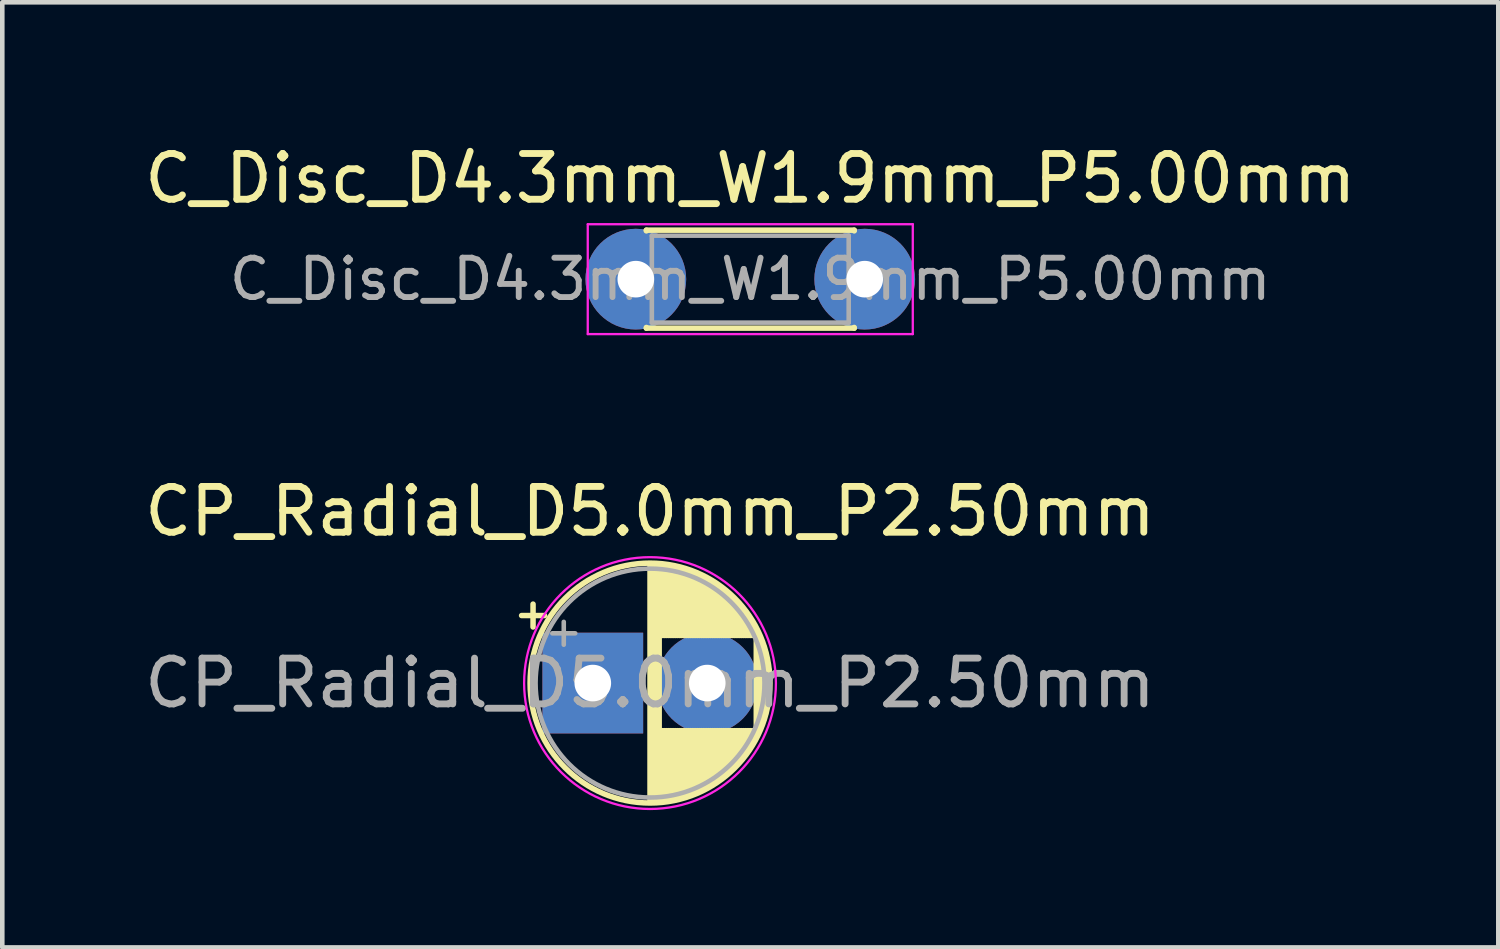
<source format=kicad_pcb>
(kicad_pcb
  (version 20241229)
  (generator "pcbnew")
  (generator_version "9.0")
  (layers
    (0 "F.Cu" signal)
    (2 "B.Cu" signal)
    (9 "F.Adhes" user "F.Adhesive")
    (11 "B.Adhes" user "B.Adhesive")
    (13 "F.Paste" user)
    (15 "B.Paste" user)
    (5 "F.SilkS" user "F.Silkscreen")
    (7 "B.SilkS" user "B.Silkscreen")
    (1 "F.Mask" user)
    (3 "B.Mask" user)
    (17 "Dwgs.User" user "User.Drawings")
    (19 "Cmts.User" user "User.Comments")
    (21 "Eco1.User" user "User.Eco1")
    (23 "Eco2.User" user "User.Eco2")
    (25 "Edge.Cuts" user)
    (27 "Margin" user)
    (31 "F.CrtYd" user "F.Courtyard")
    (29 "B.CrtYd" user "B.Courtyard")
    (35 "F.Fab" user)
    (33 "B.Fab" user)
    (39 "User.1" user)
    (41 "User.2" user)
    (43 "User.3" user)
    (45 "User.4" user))
  (footprint "C_Disc_D4.3mm_W1.9mm_P5.00mm"
    (layer "F.Cu")
    (at 10.839 3.048)
    (property "Reference" "C_Disc_D4.3mm_W1.9mm_P5.00mm" (at 2.5 -2.2 0) (layer "F.SilkS") (effects (font (size 1 1) (thickness 0.15))))
    (attr through_hole)
    (fp_line (start 0.23 -1.07) (end 0.23 -1.055) (stroke (width 0.12) (type solid)) (layer "F.SilkS"))
    (fp_line (start 0.23 -1.07) (end 4.77 -1.07) (stroke (width 0.12) (type solid)) (layer "F.SilkS"))
    (fp_line (start 0.23 1.055) (end 0.23 1.07) (stroke (width 0.12) (type solid)) (layer "F.SilkS"))
    (fp_line (start 0.23 1.07) (end 4.77 1.07) (stroke (width 0.12) (type solid)) (layer "F.SilkS"))
    (fp_line (start 4.77 -1.07) (end 4.77 -1.055) (stroke (width 0.12) (type solid)) (layer "F.SilkS"))
    (fp_line (start 4.77 1.055) (end 4.77 1.07) (stroke (width 0.12) (type solid)) (layer "F.SilkS"))
    (fp_line (start -1.05 -1.2) (end -1.05 1.2) (stroke (width 0.05) (type solid)) (layer "F.CrtYd"))
    (fp_line (start -1.05 1.2) (end 6.05 1.2) (stroke (width 0.05) (type solid)) (layer "F.CrtYd"))
    (fp_line (start 6.05 -1.2) (end -1.05 -1.2) (stroke (width 0.05) (type solid)) (layer "F.CrtYd"))
    (fp_line (start 6.05 1.2) (end 6.05 -1.2) (stroke (width 0.05) (type solid)) (layer "F.CrtYd"))
    (fp_line (start 0.35 -0.95) (end 0.35 0.95) (stroke (width 0.1) (type solid)) (layer "F.Fab"))
    (fp_line (start 0.35 0.95) (end 4.65 0.95) (stroke (width 0.1) (type solid)) (layer "F.Fab"))
    (fp_line (start 4.65 -0.95) (end 0.35 -0.95) (stroke (width 0.1) (type solid)) (layer "F.Fab"))
    (fp_line (start 4.65 0.95) (end 4.65 -0.95) (stroke (width 0.1) (type solid)) (layer "F.Fab"))
    (fp_text user "${REFERENCE}" (at 2.5 0 0) (layer "F.Fab") (effects (font (size 0.86 0.86) (thickness 0.129))))
    (pad "1" thru_hole circle (at 0 0) (size 2.2 2.2) (drill 0.8) (layers "*.Cu" "*.Mask"))
    (pad "2" thru_hole circle (at 5 0) (size 2.2 2.2) (drill 0.8) (layers "*.Cu" "*.Mask")))
  (footprint "CP_Radial_D5.0mm_P2.50mm"
    (layer "F.Cu")
    (at 9.899 11.871)
    (property "Reference" "CP_Radial_D5.0mm_P2.50mm" (at 1.25 -3.75 0) (layer "F.SilkS") (effects (font (size 1 1) (thickness 0.15))))
    (attr through_hole)
    (fp_line (start -1.555 -1.475) (end -1.055 -1.475) (stroke (width 0.12) (type solid)) (layer "F.SilkS"))
    (fp_line (start -1.305 -1.725) (end -1.305 -1.225) (stroke (width 0.12) (type solid)) (layer "F.SilkS"))
    (fp_line (start 1.25 -2.58) (end 1.25 2.58) (stroke (width 0.12) (type solid)) (layer "F.SilkS"))
    (fp_line (start 1.29 -2.58) (end 1.29 2.58) (stroke (width 0.12) (type solid)) (layer "F.SilkS"))
    (fp_line (start 1.33 -2.579) (end 1.33 2.579) (stroke (width 0.12) (type solid)) (layer "F.SilkS"))
    (fp_line (start 1.37 -2.578) (end 1.37 2.578) (stroke (width 0.12) (type solid)) (layer "F.SilkS"))
    (fp_line (start 1.41 -2.576) (end 1.41 2.576) (stroke (width 0.12) (type solid)) (layer "F.SilkS"))
    (fp_line (start 1.45 -2.573) (end 1.45 2.573) (stroke (width 0.12) (type solid)) (layer "F.SilkS"))
    (fp_line (start 1.49 -2.569) (end 1.49 -1.04) (stroke (width 0.12) (type solid)) (layer "F.SilkS"))
    (fp_line (start 1.49 1.04) (end 1.49 2.569) (stroke (width 0.12) (type solid)) (layer "F.SilkS"))
    (fp_line (start 1.53 -2.565) (end 1.53 -1.04) (stroke (width 0.12) (type solid)) (layer "F.SilkS"))
    (fp_line (start 1.53 1.04) (end 1.53 2.565) (stroke (width 0.12) (type solid)) (layer "F.SilkS"))
    (fp_line (start 1.57 -2.561) (end 1.57 -1.04) (stroke (width 0.12) (type solid)) (layer "F.SilkS"))
    (fp_line (start 1.57 1.04) (end 1.57 2.561) (stroke (width 0.12) (type solid)) (layer "F.SilkS"))
    (fp_line (start 1.61 -2.556) (end 1.61 -1.04) (stroke (width 0.12) (type solid)) (layer "F.SilkS"))
    (fp_line (start 1.61 1.04) (end 1.61 2.556) (stroke (width 0.12) (type solid)) (layer "F.SilkS"))
    (fp_line (start 1.65 -2.55) (end 1.65 -1.04) (stroke (width 0.12) (type solid)) (layer "F.SilkS"))
    (fp_line (start 1.65 1.04) (end 1.65 2.55) (stroke (width 0.12) (type solid)) (layer "F.SilkS"))
    (fp_line (start 1.69 -2.543) (end 1.69 -1.04) (stroke (width 0.12) (type solid)) (layer "F.SilkS"))
    (fp_line (start 1.69 1.04) (end 1.69 2.543) (stroke (width 0.12) (type solid)) (layer "F.SilkS"))
    (fp_line (start 1.73 -2.536) (end 1.73 -1.04) (stroke (width 0.12) (type solid)) (layer "F.SilkS"))
    (fp_line (start 1.73 1.04) (end 1.73 2.536) (stroke (width 0.12) (type solid)) (layer "F.SilkS"))
    (fp_line (start 1.77 -2.528) (end 1.77 -1.04) (stroke (width 0.12) (type solid)) (layer "F.SilkS"))
    (fp_line (start 1.77 1.04) (end 1.77 2.528) (stroke (width 0.12) (type solid)) (layer "F.SilkS"))
    (fp_line (start 1.81 -2.52) (end 1.81 -1.04) (stroke (width 0.12) (type solid)) (layer "F.SilkS"))
    (fp_line (start 1.81 1.04) (end 1.81 2.52) (stroke (width 0.12) (type solid)) (layer "F.SilkS"))
    (fp_line (start 1.85 -2.511) (end 1.85 -1.04) (stroke (width 0.12) (type solid)) (layer "F.SilkS"))
    (fp_line (start 1.85 1.04) (end 1.85 2.511) (stroke (width 0.12) (type solid)) (layer "F.SilkS"))
    (fp_line (start 1.89 -2.501) (end 1.89 -1.04) (stroke (width 0.12) (type solid)) (layer "F.SilkS"))
    (fp_line (start 1.89 1.04) (end 1.89 2.501) (stroke (width 0.12) (type solid)) (layer "F.SilkS"))
    (fp_line (start 1.93 -2.491) (end 1.93 -1.04) (stroke (width 0.12) (type solid)) (layer "F.SilkS"))
    (fp_line (start 1.93 1.04) (end 1.93 2.491) (stroke (width 0.12) (type solid)) (layer "F.SilkS"))
    (fp_line (start 1.971 -2.48) (end 1.971 -1.04) (stroke (width 0.12) (type solid)) (layer "F.SilkS"))
    (fp_line (start 1.971 1.04) (end 1.971 2.48) (stroke (width 0.12) (type solid)) (layer "F.SilkS"))
    (fp_line (start 2.011 -2.468) (end 2.011 -1.04) (stroke (width 0.12) (type solid)) (layer "F.SilkS"))
    (fp_line (start 2.011 1.04) (end 2.011 2.468) (stroke (width 0.12) (type solid)) (layer "F.SilkS"))
    (fp_line (start 2.051 -2.455) (end 2.051 -1.04) (stroke (width 0.12) (type solid)) (layer "F.SilkS"))
    (fp_line (start 2.051 1.04) (end 2.051 2.455) (stroke (width 0.12) (type solid)) (layer "F.SilkS"))
    (fp_line (start 2.091 -2.442) (end 2.091 -1.04) (stroke (width 0.12) (type solid)) (layer "F.SilkS"))
    (fp_line (start 2.091 1.04) (end 2.091 2.442) (stroke (width 0.12) (type solid)) (layer "F.SilkS"))
    (fp_line (start 2.131 -2.428) (end 2.131 -1.04) (stroke (width 0.12) (type solid)) (layer "F.SilkS"))
    (fp_line (start 2.131 1.04) (end 2.131 2.428) (stroke (width 0.12) (type solid)) (layer "F.SilkS"))
    (fp_line (start 2.171 -2.414) (end 2.171 -1.04) (stroke (width 0.12) (type solid)) (layer "F.SilkS"))
    (fp_line (start 2.171 1.04) (end 2.171 2.414) (stroke (width 0.12) (type solid)) (layer "F.SilkS"))
    (fp_line (start 2.211 -2.398) (end 2.211 -1.04) (stroke (width 0.12) (type solid)) (layer "F.SilkS"))
    (fp_line (start 2.211 1.04) (end 2.211 2.398) (stroke (width 0.12) (type solid)) (layer "F.SilkS"))
    (fp_line (start 2.251 -2.382) (end 2.251 -1.04) (stroke (width 0.12) (type solid)) (layer "F.SilkS"))
    (fp_line (start 2.251 1.04) (end 2.251 2.382) (stroke (width 0.12) (type solid)) (layer "F.SilkS"))
    (fp_line (start 2.291 -2.365) (end 2.291 -1.04) (stroke (width 0.12) (type solid)) (layer "F.SilkS"))
    (fp_line (start 2.291 1.04) (end 2.291 2.365) (stroke (width 0.12) (type solid)) (layer "F.SilkS"))
    (fp_line (start 2.331 -2.348) (end 2.331 -1.04) (stroke (width 0.12) (type solid)) (layer "F.SilkS"))
    (fp_line (start 2.331 1.04) (end 2.331 2.348) (stroke (width 0.12) (type solid)) (layer "F.SilkS"))
    (fp_line (start 2.371 -2.329) (end 2.371 -1.04) (stroke (width 0.12) (type solid)) (layer "F.SilkS"))
    (fp_line (start 2.371 1.04) (end 2.371 2.329) (stroke (width 0.12) (type solid)) (layer "F.SilkS"))
    (fp_line (start 2.411 -2.31) (end 2.411 -1.04) (stroke (width 0.12) (type solid)) (layer "F.SilkS"))
    (fp_line (start 2.411 1.04) (end 2.411 2.31) (stroke (width 0.12) (type solid)) (layer "F.SilkS"))
    (fp_line (start 2.451 -2.29) (end 2.451 -1.04) (stroke (width 0.12) (type solid)) (layer "F.SilkS"))
    (fp_line (start 2.451 1.04) (end 2.451 2.29) (stroke (width 0.12) (type solid)) (layer "F.SilkS"))
    (fp_line (start 2.491 -2.268) (end 2.491 -1.04) (stroke (width 0.12) (type solid)) (layer "F.SilkS"))
    (fp_line (start 2.491 1.04) (end 2.491 2.268) (stroke (width 0.12) (type solid)) (layer "F.SilkS"))
    (fp_line (start 2.531 -2.247) (end 2.531 -1.04) (stroke (width 0.12) (type solid)) (layer "F.SilkS"))
    (fp_line (start 2.531 1.04) (end 2.531 2.247) (stroke (width 0.12) (type solid)) (layer "F.SilkS"))
    (fp_line (start 2.571 -2.224) (end 2.571 -1.04) (stroke (width 0.12) (type solid)) (layer "F.SilkS"))
    (fp_line (start 2.571 1.04) (end 2.571 2.224) (stroke (width 0.12) (type solid)) (layer "F.SilkS"))
    (fp_line (start 2.611 -2.2) (end 2.611 -1.04) (stroke (width 0.12) (type solid)) (layer "F.SilkS"))
    (fp_line (start 2.611 1.04) (end 2.611 2.2) (stroke (width 0.12) (type solid)) (layer "F.SilkS"))
    (fp_line (start 2.651 -2.175) (end 2.651 -1.04) (stroke (width 0.12) (type solid)) (layer "F.SilkS"))
    (fp_line (start 2.651 1.04) (end 2.651 2.175) (stroke (width 0.12) (type solid)) (layer "F.SilkS"))
    (fp_line (start 2.691 -2.149) (end 2.691 -1.04) (stroke (width 0.12) (type solid)) (layer "F.SilkS"))
    (fp_line (start 2.691 1.04) (end 2.691 2.149) (stroke (width 0.12) (type solid)) (layer "F.SilkS"))
    (fp_line (start 2.731 -2.122) (end 2.731 -1.04) (stroke (width 0.12) (type solid)) (layer "F.SilkS"))
    (fp_line (start 2.731 1.04) (end 2.731 2.122) (stroke (width 0.12) (type solid)) (layer "F.SilkS"))
    (fp_line (start 2.771 -2.095) (end 2.771 -1.04) (stroke (width 0.12) (type solid)) (layer "F.SilkS"))
    (fp_line (start 2.771 1.04) (end 2.771 2.095) (stroke (width 0.12) (type solid)) (layer "F.SilkS"))
    (fp_line (start 2.811 -2.065) (end 2.811 -1.04) (stroke (width 0.12) (type solid)) (layer "F.SilkS"))
    (fp_line (start 2.811 1.04) (end 2.811 2.065) (stroke (width 0.12) (type solid)) (layer "F.SilkS"))
    (fp_line (start 2.851 -2.035) (end 2.851 -1.04) (stroke (width 0.12) (type solid)) (layer "F.SilkS"))
    (fp_line (start 2.851 1.04) (end 2.851 2.035) (stroke (width 0.12) (type solid)) (layer "F.SilkS"))
    (fp_line (start 2.891 -2.004) (end 2.891 -1.04) (stroke (width 0.12) (type solid)) (layer "F.SilkS"))
    (fp_line (start 2.891 1.04) (end 2.891 2.004) (stroke (width 0.12) (type solid)) (layer "F.SilkS"))
    (fp_line (start 2.931 -1.971) (end 2.931 -1.04) (stroke (width 0.12) (type solid)) (layer "F.SilkS"))
    (fp_line (start 2.931 1.04) (end 2.931 1.971) (stroke (width 0.12) (type solid)) (layer "F.SilkS"))
    (fp_line (start 2.971 -1.937) (end 2.971 -1.04) (stroke (width 0.12) (type solid)) (layer "F.SilkS"))
    (fp_line (start 2.971 1.04) (end 2.971 1.937) (stroke (width 0.12) (type solid)) (layer "F.SilkS"))
    (fp_line (start 3.011 -1.901) (end 3.011 -1.04) (stroke (width 0.12) (type solid)) (layer "F.SilkS"))
    (fp_line (start 3.011 1.04) (end 3.011 1.901) (stroke (width 0.12) (type solid)) (layer "F.SilkS"))
    (fp_line (start 3.051 -1.864) (end 3.051 -1.04) (stroke (width 0.12) (type solid)) (layer "F.SilkS"))
    (fp_line (start 3.051 1.04) (end 3.051 1.864) (stroke (width 0.12) (type solid)) (layer "F.SilkS"))
    (fp_line (start 3.091 -1.826) (end 3.091 -1.04) (stroke (width 0.12) (type solid)) (layer "F.SilkS"))
    (fp_line (start 3.091 1.04) (end 3.091 1.826) (stroke (width 0.12) (type solid)) (layer "F.SilkS"))
    (fp_line (start 3.131 -1.785) (end 3.131 -1.04) (stroke (width 0.12) (type solid)) (layer "F.SilkS"))
    (fp_line (start 3.131 1.04) (end 3.131 1.785) (stroke (width 0.12) (type solid)) (layer "F.SilkS"))
    (fp_line (start 3.171 -1.743) (end 3.171 -1.04) (stroke (width 0.12) (type solid)) (layer "F.SilkS"))
    (fp_line (start 3.171 1.04) (end 3.171 1.743) (stroke (width 0.12) (type solid)) (layer "F.SilkS"))
    (fp_line (start 3.211 -1.699) (end 3.211 -1.04) (stroke (width 0.12) (type solid)) (layer "F.SilkS"))
    (fp_line (start 3.211 1.04) (end 3.211 1.699) (stroke (width 0.12) (type solid)) (layer "F.SilkS"))
    (fp_line (start 3.251 -1.653) (end 3.251 -1.04) (stroke (width 0.12) (type solid)) (layer "F.SilkS"))
    (fp_line (start 3.251 1.04) (end 3.251 1.653) (stroke (width 0.12) (type solid)) (layer "F.SilkS"))
    (fp_line (start 3.291 -1.605) (end 3.291 -1.04) (stroke (width 0.12) (type solid)) (layer "F.SilkS"))
    (fp_line (start 3.291 1.04) (end 3.291 1.605) (stroke (width 0.12) (type solid)) (layer "F.SilkS"))
    (fp_line (start 3.331 -1.554) (end 3.331 -1.04) (stroke (width 0.12) (type solid)) (layer "F.SilkS"))
    (fp_line (start 3.331 1.04) (end 3.331 1.554) (stroke (width 0.12) (type solid)) (layer "F.SilkS"))
    (fp_line (start 3.371 -1.5) (end 3.371 -1.04) (stroke (width 0.12) (type solid)) (layer "F.SilkS"))
    (fp_line (start 3.371 1.04) (end 3.371 1.5) (stroke (width 0.12) (type solid)) (layer "F.SilkS"))
    (fp_line (start 3.411 -1.443) (end 3.411 -1.04) (stroke (width 0.12) (type solid)) (layer "F.SilkS"))
    (fp_line (start 3.411 1.04) (end 3.411 1.443) (stroke (width 0.12) (type solid)) (layer "F.SilkS"))
    (fp_line (start 3.451 -1.383) (end 3.451 -1.04) (stroke (width 0.12) (type solid)) (layer "F.SilkS"))
    (fp_line (start 3.451 1.04) (end 3.451 1.383) (stroke (width 0.12) (type solid)) (layer "F.SilkS"))
    (fp_line (start 3.491 -1.319) (end 3.491 -1.04) (stroke (width 0.12) (type solid)) (layer "F.SilkS"))
    (fp_line (start 3.491 1.04) (end 3.491 1.319) (stroke (width 0.12) (type solid)) (layer "F.SilkS"))
    (fp_line (start 3.531 -1.251) (end 3.531 -1.04) (stroke (width 0.12) (type solid)) (layer "F.SilkS"))
    (fp_line (start 3.531 1.04) (end 3.531 1.251) (stroke (width 0.12) (type solid)) (layer "F.SilkS"))
    (fp_line (start 3.571 -1.178) (end 3.571 1.178) (stroke (width 0.12) (type solid)) (layer "F.SilkS"))
    (fp_line (start 3.611 -1.098) (end 3.611 1.098) (stroke (width 0.12) (type solid)) (layer "F.SilkS"))
    (fp_line (start 3.651 -1.011) (end 3.651 1.011) (stroke (width 0.12) (type solid)) (layer "F.SilkS"))
    (fp_line (start 3.691 -0.915) (end 3.691 0.915) (stroke (width 0.12) (type solid)) (layer "F.SilkS"))
    (fp_line (start 3.731 -0.805) (end 3.731 0.805) (stroke (width 0.12) (type solid)) (layer "F.SilkS"))
    (fp_line (start 3.771 -0.677) (end 3.771 0.677) (stroke (width 0.12) (type solid)) (layer "F.SilkS"))
    (fp_line (start 3.811 -0.518) (end 3.811 0.518) (stroke (width 0.12) (type solid)) (layer "F.SilkS"))
    (fp_line (start 3.851 -0.284) (end 3.851 0.284) (stroke (width 0.12) (type solid)) (layer "F.SilkS"))
    (fp_circle (center 1.25 0) (end 3.87 0) (stroke (width 0.12) (type solid)) (fill no) (layer "F.SilkS"))
    (fp_circle (center 1.25 0) (end 4 0) (stroke (width 0.05) (type solid)) (fill no) (layer "F.CrtYd"))
    (fp_line (start -0.884 -1.087) (end -0.384 -1.087) (stroke (width 0.1) (type solid)) (layer "F.Fab"))
    (fp_line (start -0.634 -1.337) (end -0.634 -0.838) (stroke (width 0.1) (type solid)) (layer "F.Fab"))
    (fp_circle (center 1.25 0) (end 3.75 0) (stroke (width 0.1) (type solid)) (fill no) (layer "F.Fab"))
    (fp_text user "${REFERENCE}" (at 1.25 0 0) (layer "F.Fab") (effects (font (size 1 1) (thickness 0.15))))
    (pad "1" thru_hole rect (at 0 0) (size 2.2 2.2) (drill 0.8) (layers "*.Cu" "*.Mask"))
    (pad "2" thru_hole circle (at 2.5 0) (size 2.2 2.2) (drill 0.8) (layers "*.Cu" "*.Mask")))
  (gr_rect
    (start -3 -3)
    (end 29.679 17.646)
    (stroke (width 0.1) (type default))
    (fill no)
    (layer "Edge.Cuts")))
</source>
